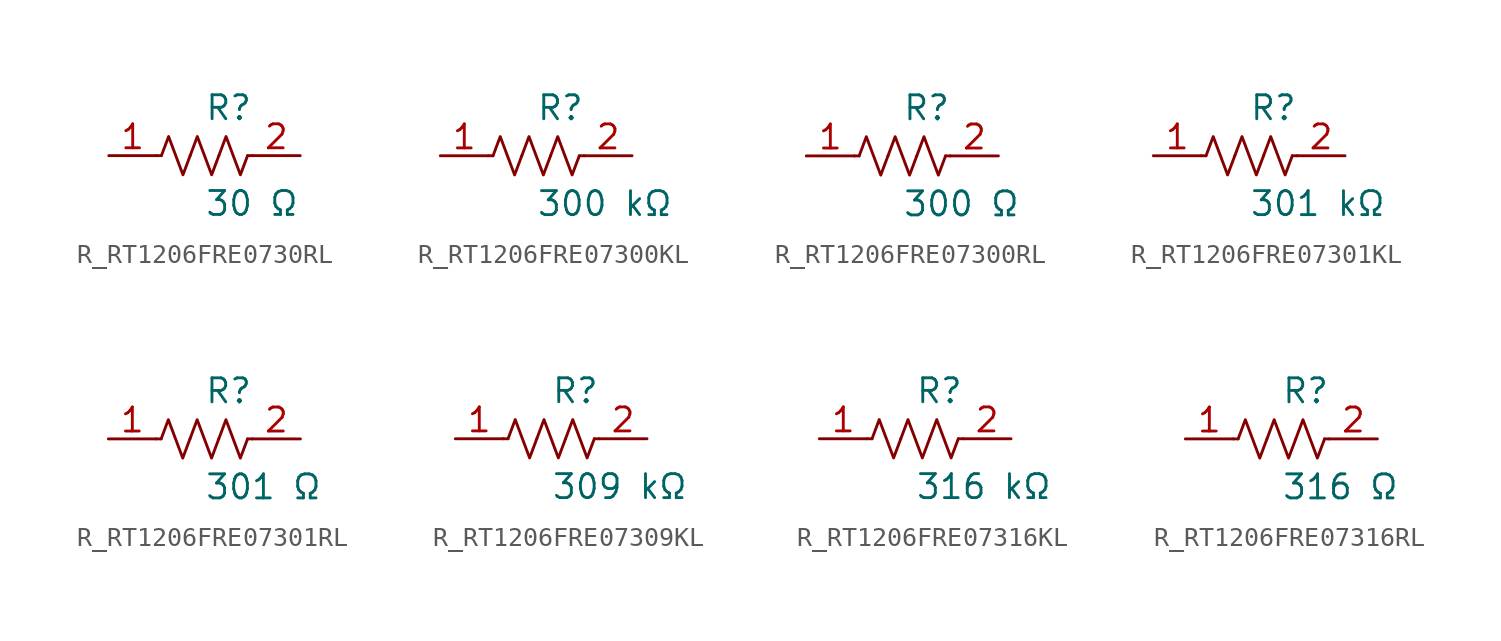
<source format=kicad_sym>
(kicad_symbol_lib
  (version 20231120)
  (generator kicad_symbol_editor)
  (generator_version 8.0)
  (symbol "R_RT1206FRE0730RL"
    (pin_names
      (offset 0.254))
    (property "Reference" "R"
      (at 0 2.54 0)
      (effects (font (size 1.27 1.27)) (justify left)))
    (property "Value" "30 Ω"
      (at 0 -2.54 0)
      (effects (font (size 1.27 1.27)) (justify left)))
    (symbol "R_RT1206FRE0730RL_0_1"
      (polyline (pts (xy 2.286 0) (xy 2.54 0)) (stroke (width 0) (type default)) (fill (type none)))
      (polyline (pts (xy -2.286 0) (xy -2.54 0)) (stroke (width 0) (type default)) (fill (type none)))
      (polyline (pts (xy 0.762 0) (xy 1.143 1.016) (xy 1.524 0) (xy 1.905 -1.016) (xy 2.286 0)) (stroke (width 0) (type default)) (fill (type none)))
      (polyline (pts (xy -0.762 0) (xy -0.381 1.016) (xy 0 0) (xy 0.381 -1.016) (xy 0.762 0)) (stroke (width 0) (type default)) (fill (type none)))
      (polyline (pts (xy -2.286 0) (xy -1.905 1.016) (xy -1.524 0) (xy -1.143 -1.016) (xy -0.762 0)) (stroke (width 0) (type default)) (fill (type none))))
    (pin unspecified line
      (at -5.08 0 0)
      (length 2.54)
      (name "" (effects (font (size 1.27 1.27))))
      (number "1" (effects (font (size 1.27 1.27)))))
    (pin unspecified line
      (at 5.08 0 180)
      (length 2.54)
      (name "" (effects (font (size 1.27 1.27))))
      (number "2" (effects (font (size 1.27 1.27))))))
  (symbol "R_RT1206FRE07300KL"
    (pin_names
      (offset 0.254))
    (property "Reference" "R"
      (at 0 2.54 0)
      (effects (font (size 1.27 1.27)) (justify left)))
    (property "Value" "300 kΩ"
      (at 0 -2.54 0)
      (effects (font (size 1.27 1.27)) (justify left)))
    (symbol "R_RT1206FRE07300KL_0_1"
      (polyline (pts (xy 2.286 0) (xy 2.54 0)) (stroke (width 0) (type default)) (fill (type none)))
      (polyline (pts (xy -2.286 0) (xy -2.54 0)) (stroke (width 0) (type default)) (fill (type none)))
      (polyline (pts (xy 0.762 0) (xy 1.143 1.016) (xy 1.524 0) (xy 1.905 -1.016) (xy 2.286 0)) (stroke (width 0) (type default)) (fill (type none)))
      (polyline (pts (xy -0.762 0) (xy -0.381 1.016) (xy 0 0) (xy 0.381 -1.016) (xy 0.762 0)) (stroke (width 0) (type default)) (fill (type none)))
      (polyline (pts (xy -2.286 0) (xy -1.905 1.016) (xy -1.524 0) (xy -1.143 -1.016) (xy -0.762 0)) (stroke (width 0) (type default)) (fill (type none))))
    (pin unspecified line
      (at -5.08 0 0)
      (length 2.54)
      (name "" (effects (font (size 1.27 1.27))))
      (number "1" (effects (font (size 1.27 1.27)))))
    (pin unspecified line
      (at 5.08 0 180)
      (length 2.54)
      (name "" (effects (font (size 1.27 1.27))))
      (number "2" (effects (font (size 1.27 1.27))))))
  (symbol "R_RT1206FRE07300RL"
    (pin_names
      (offset 0.254))
    (property "Reference" "R"
      (at 0 2.54 0)
      (effects (font (size 1.27 1.27)) (justify left)))
    (property "Value" "300 Ω"
      (at 0 -2.54 0)
      (effects (font (size 1.27 1.27)) (justify left)))
    (symbol "R_RT1206FRE07300RL_0_1"
      (polyline (pts (xy 2.286 0) (xy 2.54 0)) (stroke (width 0) (type default)) (fill (type none)))
      (polyline (pts (xy -2.286 0) (xy -2.54 0)) (stroke (width 0) (type default)) (fill (type none)))
      (polyline (pts (xy 0.762 0) (xy 1.143 1.016) (xy 1.524 0) (xy 1.905 -1.016) (xy 2.286 0)) (stroke (width 0) (type default)) (fill (type none)))
      (polyline (pts (xy -0.762 0) (xy -0.381 1.016) (xy 0 0) (xy 0.381 -1.016) (xy 0.762 0)) (stroke (width 0) (type default)) (fill (type none)))
      (polyline (pts (xy -2.286 0) (xy -1.905 1.016) (xy -1.524 0) (xy -1.143 -1.016) (xy -0.762 0)) (stroke (width 0) (type default)) (fill (type none))))
    (pin unspecified line
      (at -5.08 0 0)
      (length 2.54)
      (name "" (effects (font (size 1.27 1.27))))
      (number "1" (effects (font (size 1.27 1.27)))))
    (pin unspecified line
      (at 5.08 0 180)
      (length 2.54)
      (name "" (effects (font (size 1.27 1.27))))
      (number "2" (effects (font (size 1.27 1.27))))))
  (symbol "R_RT1206FRE07301KL"
    (pin_names
      (offset 0.254))
    (property "Reference" "R"
      (at 0 2.54 0)
      (effects (font (size 1.27 1.27)) (justify left)))
    (property "Value" "301 kΩ"
      (at 0 -2.54 0)
      (effects (font (size 1.27 1.27)) (justify left)))
    (symbol "R_RT1206FRE07301KL_0_1"
      (polyline (pts (xy 2.286 0) (xy 2.54 0)) (stroke (width 0) (type default)) (fill (type none)))
      (polyline (pts (xy -2.286 0) (xy -2.54 0)) (stroke (width 0) (type default)) (fill (type none)))
      (polyline (pts (xy 0.762 0) (xy 1.143 1.016) (xy 1.524 0) (xy 1.905 -1.016) (xy 2.286 0)) (stroke (width 0) (type default)) (fill (type none)))
      (polyline (pts (xy -0.762 0) (xy -0.381 1.016) (xy 0 0) (xy 0.381 -1.016) (xy 0.762 0)) (stroke (width 0) (type default)) (fill (type none)))
      (polyline (pts (xy -2.286 0) (xy -1.905 1.016) (xy -1.524 0) (xy -1.143 -1.016) (xy -0.762 0)) (stroke (width 0) (type default)) (fill (type none))))
    (pin unspecified line
      (at -5.08 0 0)
      (length 2.54)
      (name "" (effects (font (size 1.27 1.27))))
      (number "1" (effects (font (size 1.27 1.27)))))
    (pin unspecified line
      (at 5.08 0 180)
      (length 2.54)
      (name "" (effects (font (size 1.27 1.27))))
      (number "2" (effects (font (size 1.27 1.27))))))
  (symbol "R_RT1206FRE07301RL"
    (pin_names
      (offset 0.254))
    (property "Reference" "R"
      (at 0 2.54 0)
      (effects (font (size 1.27 1.27)) (justify left)))
    (property "Value" "301 Ω"
      (at 0 -2.54 0)
      (effects (font (size 1.27 1.27)) (justify left)))
    (symbol "R_RT1206FRE07301RL_0_1"
      (polyline (pts (xy 2.286 0) (xy 2.54 0)) (stroke (width 0) (type default)) (fill (type none)))
      (polyline (pts (xy -2.286 0) (xy -2.54 0)) (stroke (width 0) (type default)) (fill (type none)))
      (polyline (pts (xy 0.762 0) (xy 1.143 1.016) (xy 1.524 0) (xy 1.905 -1.016) (xy 2.286 0)) (stroke (width 0) (type default)) (fill (type none)))
      (polyline (pts (xy -0.762 0) (xy -0.381 1.016) (xy 0 0) (xy 0.381 -1.016) (xy 0.762 0)) (stroke (width 0) (type default)) (fill (type none)))
      (polyline (pts (xy -2.286 0) (xy -1.905 1.016) (xy -1.524 0) (xy -1.143 -1.016) (xy -0.762 0)) (stroke (width 0) (type default)) (fill (type none))))
    (pin unspecified line
      (at -5.08 0 0)
      (length 2.54)
      (name "" (effects (font (size 1.27 1.27))))
      (number "1" (effects (font (size 1.27 1.27)))))
    (pin unspecified line
      (at 5.08 0 180)
      (length 2.54)
      (name "" (effects (font (size 1.27 1.27))))
      (number "2" (effects (font (size 1.27 1.27))))))
  (symbol "R_RT1206FRE07309KL"
    (pin_names
      (offset 0.254))
    (property "Reference" "R"
      (at 0 2.54 0)
      (effects (font (size 1.27 1.27)) (justify left)))
    (property "Value" "309 kΩ"
      (at 0 -2.54 0)
      (effects (font (size 1.27 1.27)) (justify left)))
    (symbol "R_RT1206FRE07309KL_0_1"
      (polyline (pts (xy 2.286 0) (xy 2.54 0)) (stroke (width 0) (type default)) (fill (type none)))
      (polyline (pts (xy -2.286 0) (xy -2.54 0)) (stroke (width 0) (type default)) (fill (type none)))
      (polyline (pts (xy 0.762 0) (xy 1.143 1.016) (xy 1.524 0) (xy 1.905 -1.016) (xy 2.286 0)) (stroke (width 0) (type default)) (fill (type none)))
      (polyline (pts (xy -0.762 0) (xy -0.381 1.016) (xy 0 0) (xy 0.381 -1.016) (xy 0.762 0)) (stroke (width 0) (type default)) (fill (type none)))
      (polyline (pts (xy -2.286 0) (xy -1.905 1.016) (xy -1.524 0) (xy -1.143 -1.016) (xy -0.762 0)) (stroke (width 0) (type default)) (fill (type none))))
    (pin unspecified line
      (at -5.08 0 0)
      (length 2.54)
      (name "" (effects (font (size 1.27 1.27))))
      (number "1" (effects (font (size 1.27 1.27)))))
    (pin unspecified line
      (at 5.08 0 180)
      (length 2.54)
      (name "" (effects (font (size 1.27 1.27))))
      (number "2" (effects (font (size 1.27 1.27))))))
  (symbol "R_RT1206FRE07316KL"
    (pin_names
      (offset 0.254))
    (property "Reference" "R"
      (at 0 2.54 0)
      (effects (font (size 1.27 1.27)) (justify left)))
    (property "Value" "316 kΩ"
      (at 0 -2.54 0)
      (effects (font (size 1.27 1.27)) (justify left)))
    (symbol "R_RT1206FRE07316KL_0_1"
      (polyline (pts (xy 2.286 0) (xy 2.54 0)) (stroke (width 0) (type default)) (fill (type none)))
      (polyline (pts (xy -2.286 0) (xy -2.54 0)) (stroke (width 0) (type default)) (fill (type none)))
      (polyline (pts (xy 0.762 0) (xy 1.143 1.016) (xy 1.524 0) (xy 1.905 -1.016) (xy 2.286 0)) (stroke (width 0) (type default)) (fill (type none)))
      (polyline (pts (xy -0.762 0) (xy -0.381 1.016) (xy 0 0) (xy 0.381 -1.016) (xy 0.762 0)) (stroke (width 0) (type default)) (fill (type none)))
      (polyline (pts (xy -2.286 0) (xy -1.905 1.016) (xy -1.524 0) (xy -1.143 -1.016) (xy -0.762 0)) (stroke (width 0) (type default)) (fill (type none))))
    (pin unspecified line
      (at -5.08 0 0)
      (length 2.54)
      (name "" (effects (font (size 1.27 1.27))))
      (number "1" (effects (font (size 1.27 1.27)))))
    (pin unspecified line
      (at 5.08 0 180)
      (length 2.54)
      (name "" (effects (font (size 1.27 1.27))))
      (number "2" (effects (font (size 1.27 1.27))))))
  (symbol "R_RT1206FRE07316RL"
    (pin_names
      (offset 0.254))
    (property "Reference" "R"
      (at 0 2.54 0)
      (effects (font (size 1.27 1.27)) (justify left)))
    (property "Value" "316 Ω"
      (at 0 -2.54 0)
      (effects (font (size 1.27 1.27)) (justify left)))
    (symbol "R_RT1206FRE07316RL_0_1"
      (polyline (pts (xy 2.286 0) (xy 2.54 0)) (stroke (width 0) (type default)) (fill (type none)))
      (polyline (pts (xy -2.286 0) (xy -2.54 0)) (stroke (width 0) (type default)) (fill (type none)))
      (polyline (pts (xy 0.762 0) (xy 1.143 1.016) (xy 1.524 0) (xy 1.905 -1.016) (xy 2.286 0)) (stroke (width 0) (type default)) (fill (type none)))
      (polyline (pts (xy -0.762 0) (xy -0.381 1.016) (xy 0 0) (xy 0.381 -1.016) (xy 0.762 0)) (stroke (width 0) (type default)) (fill (type none)))
      (polyline (pts (xy -2.286 0) (xy -1.905 1.016) (xy -1.524 0) (xy -1.143 -1.016) (xy -0.762 0)) (stroke (width 0) (type default)) (fill (type none))))
    (pin unspecified line
      (at -5.08 0 0)
      (length 2.54)
      (name "" (effects (font (size 1.27 1.27))))
      (number "1" (effects (font (size 1.27 1.27)))))
    (pin unspecified line
      (at 5.08 0 180)
      (length 2.54)
      (name "" (effects (font (size 1.27 1.27))))
      (number "2" (effects (font (size 1.27 1.27)))))))
</source>
